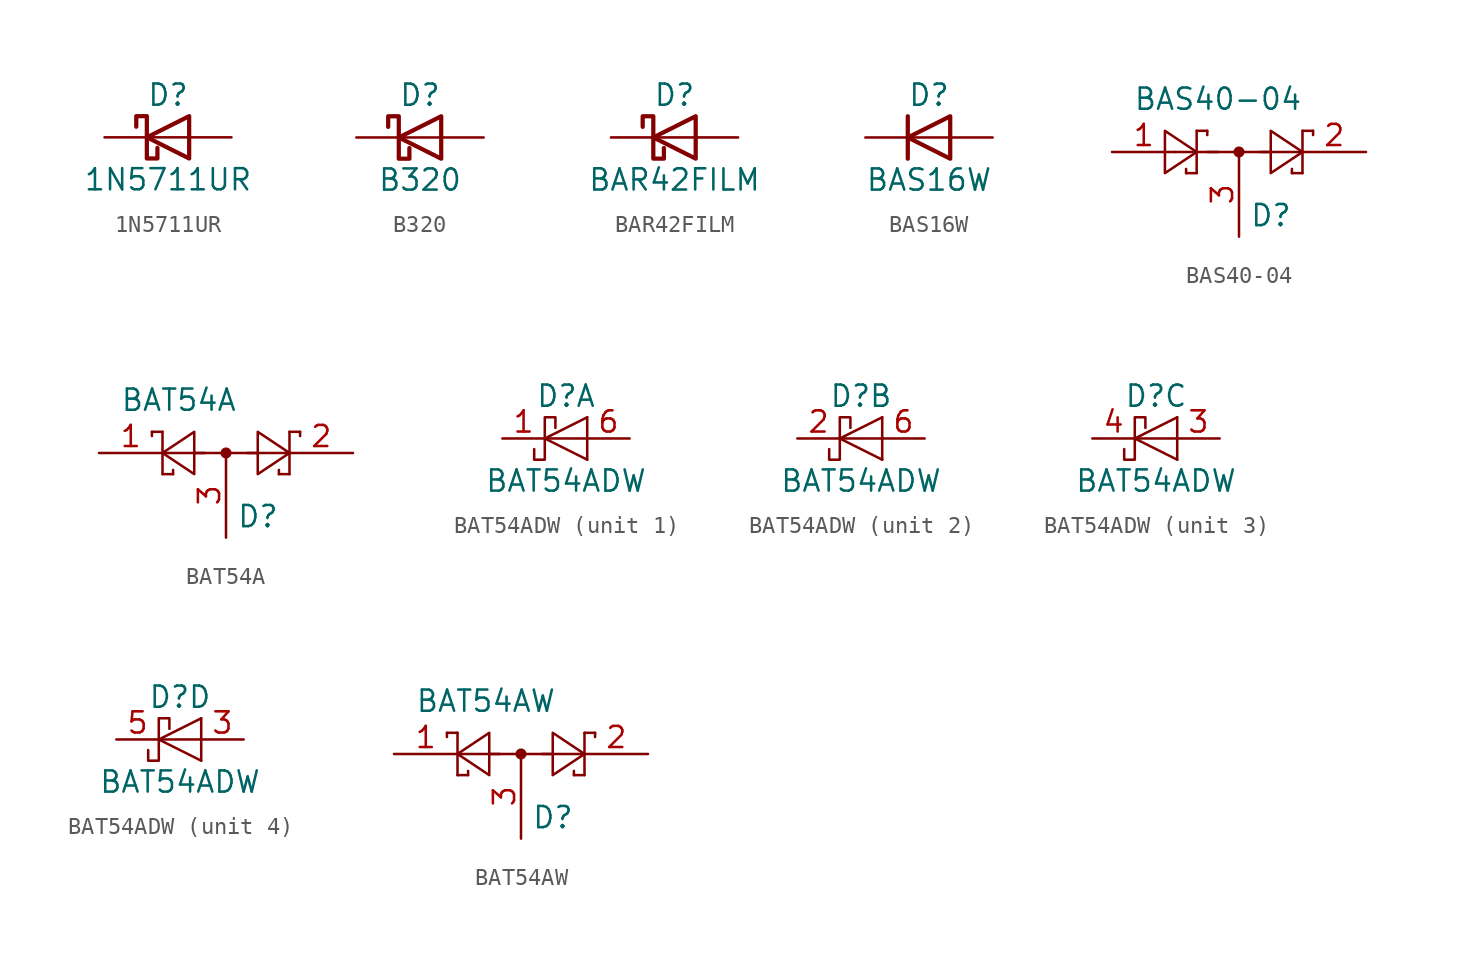
<source format=kicad_sym>
(kicad_symbol_lib
  (version 20220914)
  (generator kicad_symbol_editor)
  (symbol "1N5711UR"
    (pin_numbers hide)
    (pin_names
      (offset 1.016) hide)
    (property "Reference" "D"
      (at 0 2.54 0)
      (effects (font (size 1.27 1.27))))
    (property "Value" "1N5711UR"
      (at 0 -2.54 0)
      (effects (font (size 1.27 1.27))))
    (symbol "1N5711UR_0_1"
      (polyline (pts (xy 1.27 0) (xy -1.27 0)) (stroke (width 0) (type default)) (fill (type none)))
      (polyline (pts (xy 1.27 1.27) (xy 1.27 -1.27) (xy -1.27 0) (xy 1.27 1.27)) (stroke (width 0.254) (type default)) (fill (type none)))
      (polyline (pts (xy -1.905 0.635) (xy -1.905 1.27) (xy -1.27 1.27) (xy -1.27 -1.27) (xy -0.635 -1.27) (xy -0.635 -0.635)) (stroke (width 0.254) (type default)) (fill (type none))))
    (symbol "1N5711UR_1_1"
      (pin passive line (at -3.81 0 0) (length 2.54) (name "K" (effects (font (size 1.27 1.27)))) (number "1" (effects (font (size 1.27 1.27)))))
      (pin passive line (at 3.81 0 180) (length 2.54) (name "A" (effects (font (size 1.27 1.27)))) (number "2" (effects (font (size 1.27 1.27)))))))
  (symbol "B320"
    (pin_numbers hide)
    (pin_names
      (offset 1.016) hide)
    (property "Reference" "D"
      (at 0 2.54 0)
      (effects (font (size 1.27 1.27))))
    (property "Value" "B320"
      (at 0 -2.54 0)
      (effects (font (size 1.27 1.27))))
    (symbol "B320_0_1"
      (polyline (pts (xy 1.27 0) (xy -1.27 0)) (stroke (width 0) (type default)) (fill (type none)))
      (polyline (pts (xy 1.27 1.27) (xy 1.27 -1.27) (xy -1.27 0) (xy 1.27 1.27)) (stroke (width 0.254) (type default)) (fill (type none)))
      (polyline (pts (xy -1.905 0.635) (xy -1.905 1.27) (xy -1.27 1.27) (xy -1.27 -1.27) (xy -0.635 -1.27) (xy -0.635 -0.635)) (stroke (width 0.254) (type default)) (fill (type none))))
    (symbol "B320_1_1"
      (pin passive line (at -3.81 0 0) (length 2.54) (name "K" (effects (font (size 1.27 1.27)))) (number "1" (effects (font (size 1.27 1.27)))))
      (pin passive line (at 3.81 0 180) (length 2.54) (name "A" (effects (font (size 1.27 1.27)))) (number "2" (effects (font (size 1.27 1.27)))))))
  (symbol "BAR42FILM"
    (pin_numbers hide)
    (pin_names
      (offset 1.016) hide)
    (property "Reference" "D"
      (at 0 2.54 0)
      (effects (font (size 1.27 1.27))))
    (property "Value" "BAR42FILM"
      (at 0 -2.54 0)
      (effects (font (size 1.27 1.27))))
    (symbol "BAR42FILM_0_1"
      (polyline (pts (xy 1.27 0) (xy -1.27 0)) (stroke (width 0) (type default)) (fill (type none)))
      (polyline (pts (xy 1.27 1.27) (xy 1.27 -1.27) (xy -1.27 0) (xy 1.27 1.27)) (stroke (width 0.254) (type default)) (fill (type none)))
      (polyline (pts (xy -1.905 0.635) (xy -1.905 1.27) (xy -1.27 1.27) (xy -1.27 -1.27) (xy -0.635 -1.27) (xy -0.635 -0.635)) (stroke (width 0.254) (type default)) (fill (type none))))
    (symbol "BAR42FILM_1_1"
      (pin passive line (at 3.81 0 180) (length 2.54) (name "A" (effects (font (size 1.27 1.27)))) (number "1" (effects (font (size 1.27 1.27)))))
      (pin no_connect line (at 1.27 1.27 270) (length 2.54) hide (name "NC" (effects (font (size 1.27 1.27)))) (number "2" (effects (font (size 1.27 1.27)))))
      (pin passive line (at -3.81 0 0) (length 2.54) (name "K" (effects (font (size 1.27 1.27)))) (number "3" (effects (font (size 1.27 1.27)))))))
  (symbol "BAS16W"
    (pin_numbers hide)
    (pin_names hide)
    (property "Reference" "D"
      (at 0 2.54 0)
      (effects (font (size 1.27 1.27))))
    (property "Value" "BAS16W"
      (at 0 -2.54 0)
      (effects (font (size 1.27 1.27))))
    (symbol "BAS16W_0_1"
      (polyline (pts (xy -1.27 1.27) (xy -1.27 -1.27)) (stroke (width 0.254) (type default)) (fill (type none)))
      (polyline (pts (xy 1.27 0) (xy -1.27 0)) (stroke (width 0) (type default)) (fill (type none)))
      (polyline (pts (xy 1.27 1.27) (xy 1.27 -1.27) (xy -1.27 0) (xy 1.27 1.27)) (stroke (width 0.254) (type default)) (fill (type none))))
    (symbol "BAS16W_1_1"
      (pin passive line (at 3.81 0 180) (length 2.54) (name "A" (effects (font (size 1.27 1.27)))) (number "1" (effects (font (size 1.27 1.27)))))
      (pin no_connect line (at -1.27 0 0) (length 2.54) hide (name "NC" (effects (font (size 1.27 1.27)))) (number "2" (effects (font (size 1.27 1.27)))))
      (pin passive line (at -3.81 0 0) (length 2.54) (name "K" (effects (font (size 1.27 1.27)))) (number "3" (effects (font (size 1.27 1.27)))))))
  (symbol "BAS40-04"
    (pin_names
      (offset 1.016))
    (property "Reference" "D"
      (at 0.635 -1.27 0)
      (effects (font (size 1.27 1.27)) (justify left)))
    (property "Value" "BAS40-04"
      (at -6.35 5.715 0)
      (effects (font (size 1.27 1.27)) (justify left)))
    (symbol "BAS40-04_0_1"
      (polyline (pts (xy -3.81 2.54) (xy -1.27 2.54)) (stroke (width 0) (type default)) (fill (type none)))
      (polyline (pts (xy -3.175 1.27) (xy -3.175 1.524)) (stroke (width 0) (type default)) (fill (type none)))
      (polyline (pts (xy -2.54 1.27) (xy -3.175 1.27)) (stroke (width 0) (type default)) (fill (type none)))
      (polyline (pts (xy -2.54 1.27) (xy -2.54 3.81)) (stroke (width 0) (type default)) (fill (type none)))
      (polyline (pts (xy -2.54 3.81) (xy -1.905 3.81)) (stroke (width 0) (type default)) (fill (type none)))
      (polyline (pts (xy -1.905 2.54) (xy 1.905 2.54)) (stroke (width 0) (type default)) (fill (type none)))
      (polyline (pts (xy -1.905 3.81) (xy -1.905 3.556)) (stroke (width 0) (type default)) (fill (type none)))
      (polyline (pts (xy 1.27 2.54) (xy 3.81 2.54)) (stroke (width 0) (type default)) (fill (type none)))
      (polyline (pts (xy 3.175 1.27) (xy 3.175 1.524)) (stroke (width 0) (type default)) (fill (type none)))
      (polyline (pts (xy 3.81 1.27) (xy 3.175 1.27)) (stroke (width 0) (type default)) (fill (type none)))
      (polyline (pts (xy 3.81 1.27) (xy 3.81 3.81)) (stroke (width 0) (type default)) (fill (type none)))
      (polyline (pts (xy 3.81 3.81) (xy 4.445 3.81)) (stroke (width 0) (type default)) (fill (type none)))
      (polyline (pts (xy 4.445 3.81) (xy 4.445 3.556)) (stroke (width 0) (type default)) (fill (type none)))
      (polyline (pts (xy -4.445 3.81) (xy -4.445 1.27) (xy -2.54 2.54) (xy -4.445 3.81)) (stroke (width 0) (type default)) (fill (type none)))
      (polyline (pts (xy 1.905 3.81) (xy 1.905 1.27) (xy 3.81 2.54) (xy 1.905 3.81)) (stroke (width 0) (type default)) (fill (type none)))
      (circle (center 0 2.54) (radius 0.254) (stroke (width 0) (type default)) (fill (type outline))))
    (symbol "BAS40-04_1_1"
      (pin passive line (at -7.62 2.54 0) (length 3.81) (name "~" (effects (font (size 1.27 1.27)))) (number "1" (effects (font (size 1.27 1.27)))))
      (pin passive line (at 7.62 2.54 180) (length 3.81) (name "~" (effects (font (size 1.27 1.27)))) (number "2" (effects (font (size 1.27 1.27)))))
      (pin passive line (at 0 -2.54 90) (length 5.08) (name "~" (effects (font (size 1.27 1.27)))) (number "3" (effects (font (size 1.27 1.27)))))))
  (symbol "BAT54A"
    (pin_names
      (offset 1.016))
    (property "Reference" "D"
      (at 0.635 -3.81 0)
      (effects (font (size 1.27 1.27)) (justify left)))
    (property "Value" "BAT54A"
      (at -6.35 3.175 0)
      (effects (font (size 1.27 1.27)) (justify left)))
    (symbol "BAT54A_0_1"
      (polyline (pts (xy -4.445 1.27) (xy -4.445 1.016)) (stroke (width 0) (type default)) (fill (type none)))
      (polyline (pts (xy -3.81 -1.27) (xy -3.81 1.27)) (stroke (width 0) (type default)) (fill (type none)))
      (polyline (pts (xy -3.81 -1.27) (xy -3.175 -1.27)) (stroke (width 0) (type default)) (fill (type none)))
      (polyline (pts (xy -3.81 0) (xy -1.27 0)) (stroke (width 0) (type default)) (fill (type none)))
      (polyline (pts (xy -3.81 1.27) (xy -4.445 1.27)) (stroke (width 0) (type default)) (fill (type none)))
      (polyline (pts (xy -3.175 -1.27) (xy -3.175 -1.016)) (stroke (width 0) (type default)) (fill (type none)))
      (polyline (pts (xy -1.905 0) (xy 1.905 0)) (stroke (width 0) (type default)) (fill (type none)))
      (polyline (pts (xy 1.27 0) (xy 3.81 0)) (stroke (width 0) (type default)) (fill (type none)))
      (polyline (pts (xy 3.175 -1.27) (xy 3.175 -1.016)) (stroke (width 0) (type default)) (fill (type none)))
      (polyline (pts (xy 3.81 -1.27) (xy 3.175 -1.27)) (stroke (width 0) (type default)) (fill (type none)))
      (polyline (pts (xy 3.81 -1.27) (xy 3.81 1.27)) (stroke (width 0) (type default)) (fill (type none)))
      (polyline (pts (xy 3.81 1.27) (xy 4.445 1.27)) (stroke (width 0) (type default)) (fill (type none)))
      (polyline (pts (xy 4.445 1.27) (xy 4.445 1.016)) (stroke (width 0) (type default)) (fill (type none)))
      (polyline (pts (xy -1.905 1.27) (xy -1.905 -1.27) (xy -3.81 0) (xy -1.905 1.27)) (stroke (width 0) (type default)) (fill (type none)))
      (polyline (pts (xy 1.905 1.27) (xy 1.905 -1.27) (xy 3.81 0) (xy 1.905 1.27)) (stroke (width 0) (type default)) (fill (type none)))
      (circle (center 0 0) (radius 0.254) (stroke (width 0) (type default)) (fill (type outline))))
    (symbol "BAT54A_1_1"
      (pin passive line (at -7.62 0 0) (length 3.81) (name "~" (effects (font (size 1.27 1.27)))) (number "1" (effects (font (size 1.27 1.27)))))
      (pin passive line (at 7.62 0 180) (length 3.81) (name "~" (effects (font (size 1.27 1.27)))) (number "2" (effects (font (size 1.27 1.27)))))
      (pin passive line (at 0 -5.08 90) (length 5.08) (name "~" (effects (font (size 1.27 1.27)))) (number "3" (effects (font (size 1.27 1.27)))))))
  (symbol "BAT54ADW"
    (pin_names
      (offset 1.016) hide)
    (property "Reference" "D"
      (at 0 2.54 0)
      (effects (font (size 1.27 1.27))))
    (property "Value" "BAT54ADW"
      (at 0 -2.54 0)
      (effects (font (size 1.27 1.27))))
    (symbol "BAT54ADW_0_1"
      (polyline (pts (xy 1.27 -1.27) (xy 1.27 1.27)) (stroke (width 0) (type default)) (fill (type none)))
      (polyline (pts (xy 1.27 0) (xy -1.27 0)) (stroke (width 0) (type default)) (fill (type none)))
      (polyline (pts (xy 1.27 1.27) (xy -1.27 0) (xy 1.27 -1.27)) (stroke (width 0) (type default)) (fill (type none)))
      (polyline (pts (xy -0.635 0.635) (xy -0.635 1.27) (xy -1.27 1.27) (xy -1.27 -1.27) (xy -1.905 -1.27) (xy -1.905 -0.635)) (stroke (width 0) (type default)) (fill (type none))))
    (symbol "BAT54ADW_1_1"
      (pin passive line (at -3.81 0 0) (length 2.54) (name "K" (effects (font (size 1.27 1.27)))) (number "1" (effects (font (size 1.27 1.27)))))
      (pin passive line (at 3.81 0 180) (length 2.54) (name "A" (effects (font (size 1.27 1.27)))) (number "6" (effects (font (size 1.27 1.27))))))
    (symbol "BAT54ADW_2_1"
      (pin passive line (at -3.81 0 0) (length 2.54) (name "K" (effects (font (size 1.27 1.27)))) (number "2" (effects (font (size 1.27 1.27)))))
      (pin passive line (at 3.81 0 180) (length 2.54) (name "A" (effects (font (size 1.27 1.27)))) (number "6" (effects (font (size 1.27 1.27))))))
    (symbol "BAT54ADW_3_1"
      (pin passive line (at 3.81 0 180) (length 2.54) (name "A" (effects (font (size 1.27 1.27)))) (number "3" (effects (font (size 1.27 1.27)))))
      (pin passive line (at -3.81 0 0) (length 2.54) (name "K" (effects (font (size 1.27 1.27)))) (number "4" (effects (font (size 1.27 1.27))))))
    (symbol "BAT54ADW_4_1"
      (pin passive line (at 3.81 0 180) (length 2.54) (name "A" (effects (font (size 1.27 1.27)))) (number "3" (effects (font (size 1.27 1.27)))))
      (pin passive line (at -3.81 0 0) (length 2.54) (name "K" (effects (font (size 1.27 1.27)))) (number "5" (effects (font (size 1.27 1.27)))))))
  (symbol "BAT54AW"
    (pin_names
      (offset 1.016))
    (property "Reference" "D"
      (at 0.635 -3.81 0)
      (effects (font (size 1.27 1.27)) (justify left)))
    (property "Value" "BAT54AW"
      (at -6.35 3.175 0)
      (effects (font (size 1.27 1.27)) (justify left)))
    (symbol "BAT54AW_0_1"
      (polyline (pts (xy -4.445 1.27) (xy -4.445 1.016)) (stroke (width 0) (type default)) (fill (type none)))
      (polyline (pts (xy -3.81 -1.27) (xy -3.81 1.27)) (stroke (width 0) (type default)) (fill (type none)))
      (polyline (pts (xy -3.81 -1.27) (xy -3.175 -1.27)) (stroke (width 0) (type default)) (fill (type none)))
      (polyline (pts (xy -3.81 0) (xy -1.27 0)) (stroke (width 0) (type default)) (fill (type none)))
      (polyline (pts (xy -3.81 1.27) (xy -4.445 1.27)) (stroke (width 0) (type default)) (fill (type none)))
      (polyline (pts (xy -3.175 -1.27) (xy -3.175 -1.016)) (stroke (width 0) (type default)) (fill (type none)))
      (polyline (pts (xy -1.905 0) (xy 1.905 0)) (stroke (width 0) (type default)) (fill (type none)))
      (polyline (pts (xy 1.27 0) (xy 3.81 0)) (stroke (width 0) (type default)) (fill (type none)))
      (polyline (pts (xy 3.175 -1.27) (xy 3.175 -1.016)) (stroke (width 0) (type default)) (fill (type none)))
      (polyline (pts (xy 3.81 -1.27) (xy 3.175 -1.27)) (stroke (width 0) (type default)) (fill (type none)))
      (polyline (pts (xy 3.81 -1.27) (xy 3.81 1.27)) (stroke (width 0) (type default)) (fill (type none)))
      (polyline (pts (xy 3.81 1.27) (xy 4.445 1.27)) (stroke (width 0) (type default)) (fill (type none)))
      (polyline (pts (xy 4.445 1.27) (xy 4.445 1.016)) (stroke (width 0) (type default)) (fill (type none)))
      (polyline (pts (xy -1.905 1.27) (xy -1.905 -1.27) (xy -3.81 0) (xy -1.905 1.27)) (stroke (width 0) (type default)) (fill (type none)))
      (polyline (pts (xy 1.905 1.27) (xy 1.905 -1.27) (xy 3.81 0) (xy 1.905 1.27)) (stroke (width 0) (type default)) (fill (type none)))
      (circle (center 0 0) (radius 0.254) (stroke (width 0) (type default)) (fill (type outline))))
    (symbol "BAT54AW_1_1"
      (pin passive line (at -7.62 0 0) (length 3.81) (name "~" (effects (font (size 1.27 1.27)))) (number "1" (effects (font (size 1.27 1.27)))))
      (pin passive line (at 7.62 0 180) (length 3.81) (name "~" (effects (font (size 1.27 1.27)))) (number "2" (effects (font (size 1.27 1.27)))))
      (pin passive line (at 0 -5.08 90) (length 5.08) (name "~" (effects (font (size 1.27 1.27)))) (number "3" (effects (font (size 1.27 1.27))))))))
</source>
